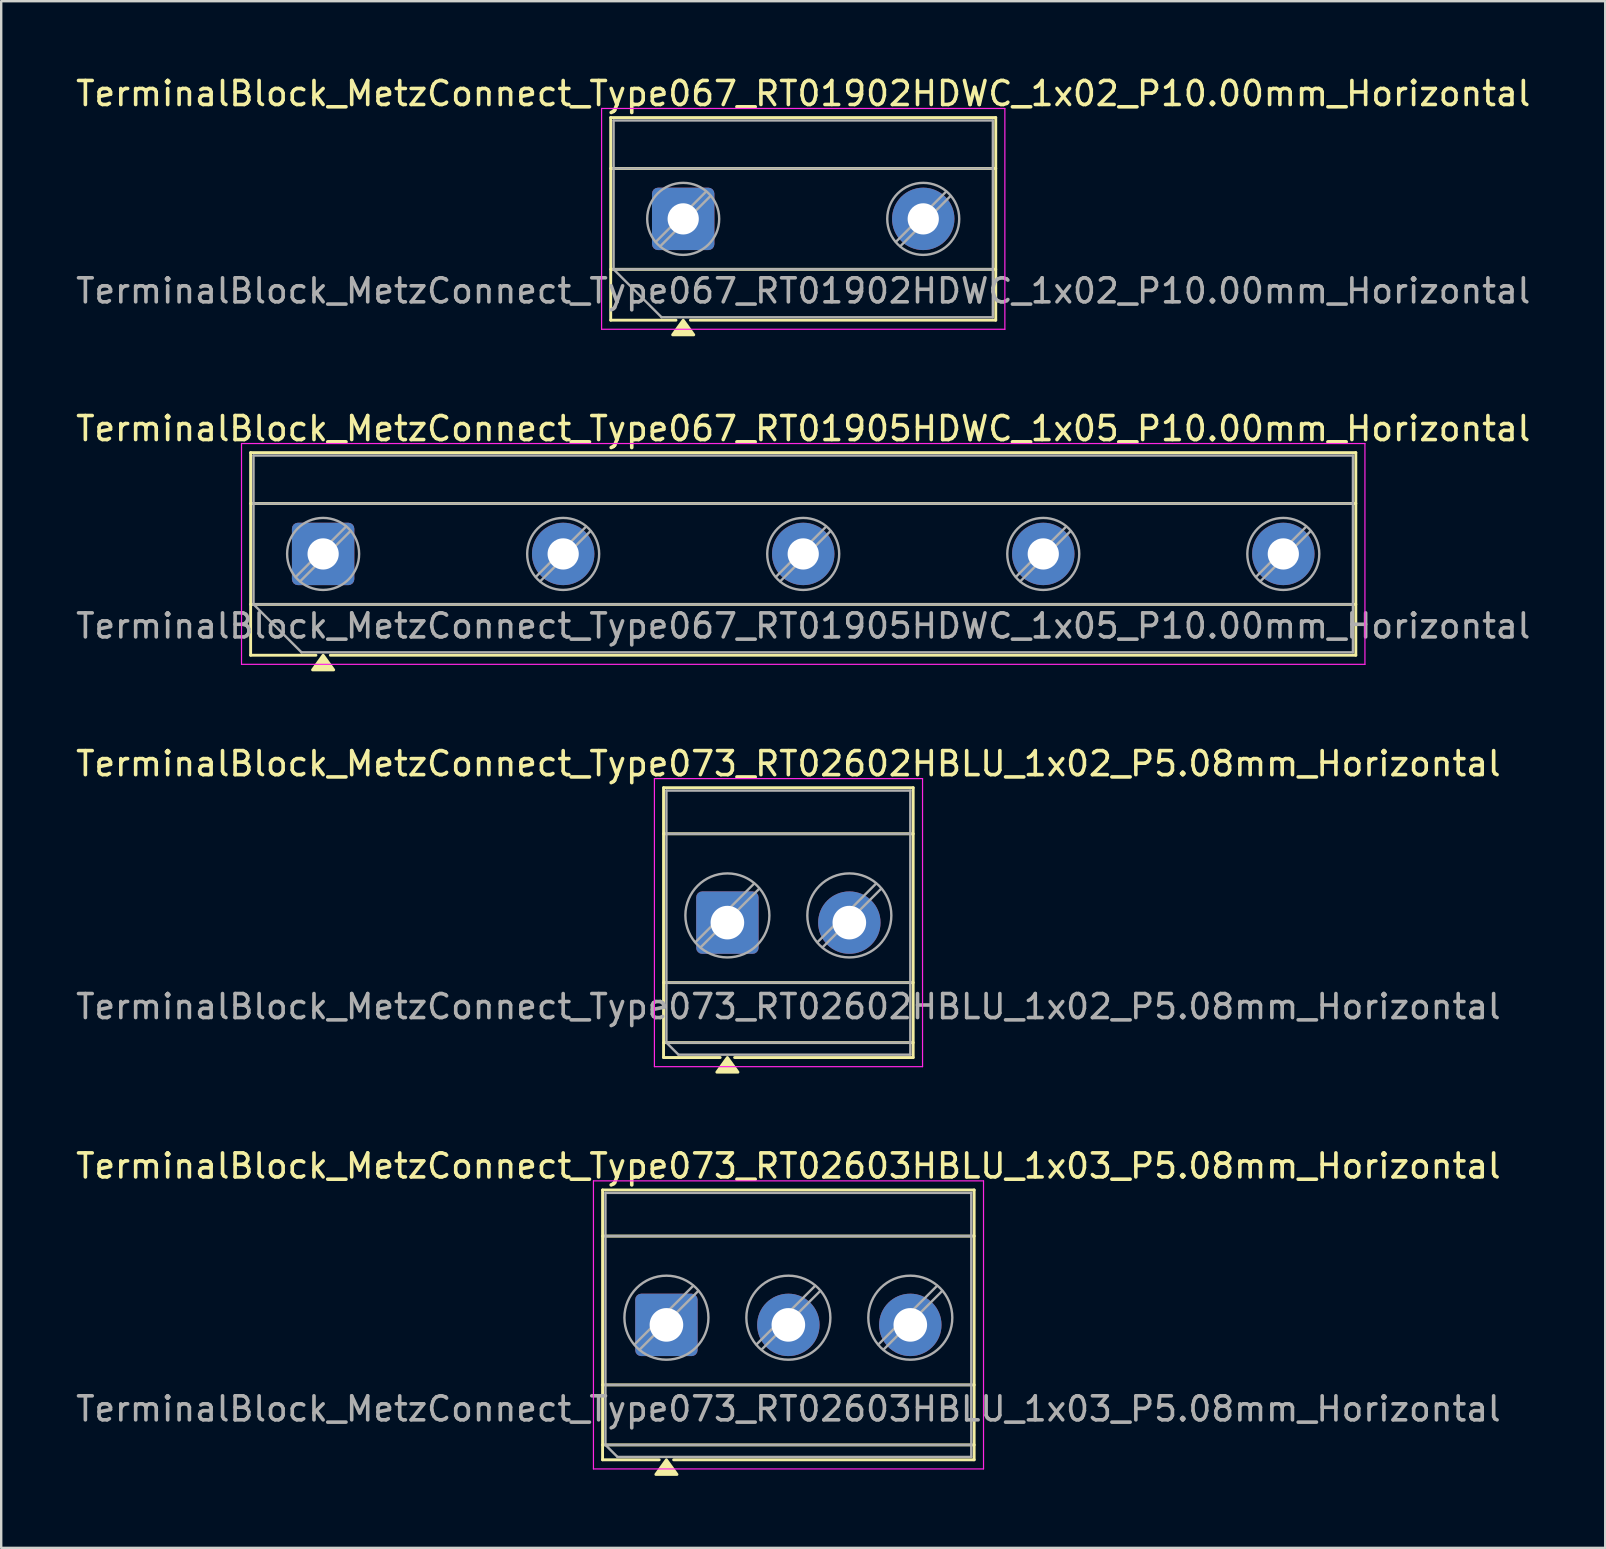
<source format=kicad_pcb>
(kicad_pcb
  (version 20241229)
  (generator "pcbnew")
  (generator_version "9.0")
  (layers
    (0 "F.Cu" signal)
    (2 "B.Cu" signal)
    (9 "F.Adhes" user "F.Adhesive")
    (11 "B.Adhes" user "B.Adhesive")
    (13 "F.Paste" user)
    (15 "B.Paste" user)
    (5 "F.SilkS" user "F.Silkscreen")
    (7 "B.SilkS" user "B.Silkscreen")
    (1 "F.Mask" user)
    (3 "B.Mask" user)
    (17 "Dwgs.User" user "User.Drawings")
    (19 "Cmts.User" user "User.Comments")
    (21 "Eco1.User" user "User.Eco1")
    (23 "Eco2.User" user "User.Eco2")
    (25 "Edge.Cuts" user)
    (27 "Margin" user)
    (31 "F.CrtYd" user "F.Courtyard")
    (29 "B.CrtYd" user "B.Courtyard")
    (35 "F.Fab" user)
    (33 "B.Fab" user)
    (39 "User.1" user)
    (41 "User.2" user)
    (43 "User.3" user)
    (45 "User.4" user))
  (footprint "TerminalBlock_MetzConnect_Type073_RT02602HBLU_1x02_P5.08mm_Horizontal"
    (layer "F.Cu")
    (at 27.252 35.385)
    (property "Reference" "TerminalBlock_MetzConnect_Type073_RT02602HBLU_1x02_P5.08mm_Horizontal" (at 2.54 -6.62 0) (layer "F.SilkS") (effects (font (size 1 1) (thickness 0.15))))
    (attr through_hole)
    (fp_line (start -2.66 -5.62) (end 7.74 -5.62) (stroke (width 0.12) (type solid)) (layer "F.SilkS"))
    (fp_line (start -2.66 -3.7) (end 7.74 -3.7) (stroke (width 0.12) (type solid)) (layer "F.SilkS"))
    (fp_line (start -2.66 2.5) (end 7.74 2.5) (stroke (width 0.12) (type solid)) (layer "F.SilkS"))
    (fp_line (start -2.66 5) (end 7.74 5) (stroke (width 0.12) (type solid)) (layer "F.SilkS"))
    (fp_line (start -2.66 5.62) (end -2.66 -5.62) (stroke (width 0.12) (type solid)) (layer "F.SilkS"))
    (fp_line (start -0.3 5.62) (end -2.66 5.62) (stroke (width 0.12) (type solid)) (layer "F.SilkS"))
    (fp_line (start 7.74 -5.62) (end 7.74 5.62) (stroke (width 0.12) (type solid)) (layer "F.SilkS"))
    (fp_line (start 7.74 5.62) (end 0.3 5.62) (stroke (width 0.12) (type solid)) (layer "F.SilkS"))
    (fp_poly (pts (xy 0 5.62) (xy 0.44 6.23) (xy -0.44 6.23)) (stroke (width 0.12) (type solid)) (fill yes) (layer "F.SilkS"))
    (fp_line (start -3.04 -6) (end -3.04 6) (stroke (width 0.05) (type solid)) (layer "F.CrtYd"))
    (fp_line (start -3.04 6) (end 8.13 6) (stroke (width 0.05) (type solid)) (layer "F.CrtYd"))
    (fp_line (start 8.13 -6) (end -3.04 -6) (stroke (width 0.05) (type solid)) (layer "F.CrtYd"))
    (fp_line (start 8.13 6) (end 8.13 -6) (stroke (width 0.05) (type solid)) (layer "F.CrtYd"))
    (fp_line (start -2.54 -5.5) (end 7.62 -5.5) (stroke (width 0.1) (type solid)) (layer "F.Fab"))
    (fp_line (start -2.54 -3.7) (end 7.62 -3.7) (stroke (width 0.1) (type solid)) (layer "F.Fab"))
    (fp_line (start -2.54 2.5) (end 7.62 2.5) (stroke (width 0.1) (type solid)) (layer "F.Fab"))
    (fp_line (start -2.54 5) (end -2.54 -5.5) (stroke (width 0.1) (type solid)) (layer "F.Fab"))
    (fp_line (start -2.54 5) (end 7.62 5) (stroke (width 0.1) (type solid)) (layer "F.Fab"))
    (fp_line (start -2.04 5.5) (end -2.54 5) (stroke (width 0.1) (type solid)) (layer "F.Fab"))
    (fp_line (start 1.114 -1.627) (end -1.327 0.814) (stroke (width 0.1) (type solid)) (layer "F.Fab"))
    (fp_line (start 1.327 -1.414) (end -1.114 1.027) (stroke (width 0.1) (type solid)) (layer "F.Fab"))
    (fp_line (start 6.194 -1.627) (end 3.753 0.814) (stroke (width 0.1) (type solid)) (layer "F.Fab"))
    (fp_line (start 6.407 -1.414) (end 3.966 1.027) (stroke (width 0.1) (type solid)) (layer "F.Fab"))
    (fp_line (start 7.62 -5.5) (end 7.62 5.5) (stroke (width 0.1) (type solid)) (layer "F.Fab"))
    (fp_line (start 7.62 5.5) (end -2.04 5.5) (stroke (width 0.1) (type solid)) (layer "F.Fab"))
    (fp_circle (center 0 -0.3) (end 1.75 -0.3) (stroke (width 0.1) (type solid)) (fill no) (layer "F.Fab"))
    (fp_circle (center 5.08 -0.3) (end 6.83 -0.3) (stroke (width 0.1) (type solid)) (fill no) (layer "F.Fab"))
    (fp_text user "${REFERENCE}" (at 2.54 3.5 0) (layer "F.Fab") (effects (font (size 1 1) (thickness 0.15))))
    (pad "1" thru_hole roundrect (at 0 0) (size 2.6 2.6) (drill 1.4) (layers "*.Cu" "*.Mask") (roundrect_rratio 0.096))
    (pad "2" thru_hole circle (at 5.08 0) (size 2.6 2.6) (drill 1.4) (layers "*.Cu" "*.Mask")))
  (footprint "TerminalBlock_MetzConnect_Type073_RT02603HBLU_1x03_P5.08mm_Horizontal"
    (layer "F.Cu")
    (at 24.712 52.143)
    (property "Reference" "TerminalBlock_MetzConnect_Type073_RT02603HBLU_1x03_P5.08mm_Horizontal" (at 5.08 -6.62 0) (layer "F.SilkS") (effects (font (size 1 1) (thickness 0.15))))
    (attr through_hole)
    (fp_line (start -2.66 -5.62) (end 12.82 -5.62) (stroke (width 0.12) (type solid)) (layer "F.SilkS"))
    (fp_line (start -2.66 -3.7) (end 12.82 -3.7) (stroke (width 0.12) (type solid)) (layer "F.SilkS"))
    (fp_line (start -2.66 2.5) (end 12.82 2.5) (stroke (width 0.12) (type solid)) (layer "F.SilkS"))
    (fp_line (start -2.66 5) (end 12.82 5) (stroke (width 0.12) (type solid)) (layer "F.SilkS"))
    (fp_line (start -2.66 5.62) (end -2.66 -5.62) (stroke (width 0.12) (type solid)) (layer "F.SilkS"))
    (fp_line (start -0.3 5.62) (end -2.66 5.62) (stroke (width 0.12) (type solid)) (layer "F.SilkS"))
    (fp_line (start 12.82 -5.62) (end 12.82 5.62) (stroke (width 0.12) (type solid)) (layer "F.SilkS"))
    (fp_line (start 12.82 5.62) (end 0.3 5.62) (stroke (width 0.12) (type solid)) (layer "F.SilkS"))
    (fp_poly (pts (xy 0 5.62) (xy 0.44 6.23) (xy -0.44 6.23)) (stroke (width 0.12) (type solid)) (fill yes) (layer "F.SilkS"))
    (fp_line (start -3.04 -6) (end -3.04 6) (stroke (width 0.05) (type solid)) (layer "F.CrtYd"))
    (fp_line (start -3.04 6) (end 13.21 6) (stroke (width 0.05) (type solid)) (layer "F.CrtYd"))
    (fp_line (start 13.21 -6) (end -3.04 -6) (stroke (width 0.05) (type solid)) (layer "F.CrtYd"))
    (fp_line (start 13.21 6) (end 13.21 -6) (stroke (width 0.05) (type solid)) (layer "F.CrtYd"))
    (fp_line (start -2.54 -5.5) (end 12.7 -5.5) (stroke (width 0.1) (type solid)) (layer "F.Fab"))
    (fp_line (start -2.54 -3.7) (end 12.7 -3.7) (stroke (width 0.1) (type solid)) (layer "F.Fab"))
    (fp_line (start -2.54 2.5) (end 12.7 2.5) (stroke (width 0.1) (type solid)) (layer "F.Fab"))
    (fp_line (start -2.54 5) (end -2.54 -5.5) (stroke (width 0.1) (type solid)) (layer "F.Fab"))
    (fp_line (start -2.54 5) (end 12.7 5) (stroke (width 0.1) (type solid)) (layer "F.Fab"))
    (fp_line (start -2.04 5.5) (end -2.54 5) (stroke (width 0.1) (type solid)) (layer "F.Fab"))
    (fp_line (start 1.114 -1.627) (end -1.327 0.814) (stroke (width 0.1) (type solid)) (layer "F.Fab"))
    (fp_line (start 1.327 -1.414) (end -1.114 1.027) (stroke (width 0.1) (type solid)) (layer "F.Fab"))
    (fp_line (start 6.194 -1.627) (end 3.753 0.814) (stroke (width 0.1) (type solid)) (layer "F.Fab"))
    (fp_line (start 6.407 -1.414) (end 3.966 1.027) (stroke (width 0.1) (type solid)) (layer "F.Fab"))
    (fp_line (start 11.274 -1.627) (end 8.833 0.814) (stroke (width 0.1) (type solid)) (layer "F.Fab"))
    (fp_line (start 11.487 -1.414) (end 9.046 1.027) (stroke (width 0.1) (type solid)) (layer "F.Fab"))
    (fp_line (start 12.7 -5.5) (end 12.7 5.5) (stroke (width 0.1) (type solid)) (layer "F.Fab"))
    (fp_line (start 12.7 5.5) (end -2.04 5.5) (stroke (width 0.1) (type solid)) (layer "F.Fab"))
    (fp_circle (center 0 -0.3) (end 1.75 -0.3) (stroke (width 0.1) (type solid)) (fill no) (layer "F.Fab"))
    (fp_circle (center 5.08 -0.3) (end 6.83 -0.3) (stroke (width 0.1) (type solid)) (fill no) (layer "F.Fab"))
    (fp_circle (center 10.16 -0.3) (end 11.91 -0.3) (stroke (width 0.1) (type solid)) (fill no) (layer "F.Fab"))
    (fp_text user "${REFERENCE}" (at 5.08 3.5 0) (layer "F.Fab") (effects (font (size 1 1) (thickness 0.15))))
    (pad "1" thru_hole roundrect (at 0 0) (size 2.6 2.6) (drill 1.4) (layers "*.Cu" "*.Mask") (roundrect_rratio 0.096))
    (pad "2" thru_hole circle (at 5.08 0) (size 2.6 2.6) (drill 1.4) (layers "*.Cu" "*.Mask"))
    (pad "3" thru_hole circle (at 10.16 0) (size 2.6 2.6) (drill 1.4) (layers "*.Cu" "*.Mask")))
  (footprint "TerminalBlock_MetzConnect_Type067_RT01902HDWC_1x02_P10.00mm_Horizontal"
    (layer "F.Cu")
    (at 25.411 6.068)
    (property "Reference" "TerminalBlock_MetzConnect_Type067_RT01902HDWC_1x02_P10.00mm_Horizontal" (at 5 -5.22 0) (layer "F.SilkS") (effects (font (size 1 1) (thickness 0.15))))
    (attr through_hole)
    (fp_line (start -3.02 -4.22) (end 13.02 -4.22) (stroke (width 0.12) (type solid)) (layer "F.SilkS"))
    (fp_line (start -3.02 -2.1) (end 13.02 -2.1) (stroke (width 0.12) (type solid)) (layer "F.SilkS"))
    (fp_line (start -3.02 2.1) (end 13.02 2.1) (stroke (width 0.12) (type solid)) (layer "F.SilkS"))
    (fp_line (start -3.02 4.22) (end -3.02 -4.22) (stroke (width 0.12) (type solid)) (layer "F.SilkS"))
    (fp_line (start -0.3 4.22) (end -3.02 4.22) (stroke (width 0.12) (type solid)) (layer "F.SilkS"))
    (fp_line (start 13.02 -4.22) (end 13.02 4.22) (stroke (width 0.12) (type solid)) (layer "F.SilkS"))
    (fp_line (start 13.02 4.22) (end 0.3 4.22) (stroke (width 0.12) (type solid)) (layer "F.SilkS"))
    (fp_poly (pts (xy 0 4.22) (xy 0.44 4.83) (xy -0.44 4.83)) (stroke (width 0.12) (type solid)) (fill yes) (layer "F.SilkS"))
    (fp_line (start -3.4 -4.6) (end -3.4 4.6) (stroke (width 0.05) (type solid)) (layer "F.CrtYd"))
    (fp_line (start -3.4 4.6) (end 13.4 4.6) (stroke (width 0.05) (type solid)) (layer "F.CrtYd"))
    (fp_line (start 13.4 -4.6) (end -3.4 -4.6) (stroke (width 0.05) (type solid)) (layer "F.CrtYd"))
    (fp_line (start 13.4 4.6) (end 13.4 -4.6) (stroke (width 0.05) (type solid)) (layer "F.CrtYd"))
    (fp_line (start -2.9 -4.1) (end 12.9 -4.1) (stroke (width 0.1) (type solid)) (layer "F.Fab"))
    (fp_line (start -2.9 -2.1) (end 12.9 -2.1) (stroke (width 0.1) (type solid)) (layer "F.Fab"))
    (fp_line (start -2.9 2.1) (end -2.9 -4.1) (stroke (width 0.1) (type solid)) (layer "F.Fab"))
    (fp_line (start -2.9 2.1) (end 12.9 2.1) (stroke (width 0.1) (type solid)) (layer "F.Fab"))
    (fp_line (start -0.9 4.1) (end -2.9 2.1) (stroke (width 0.1) (type solid)) (layer "F.Fab"))
    (fp_line (start 0.955 -1.138) (end -1.138 0.955) (stroke (width 0.1) (type solid)) (layer "F.Fab"))
    (fp_line (start 1.138 -0.955) (end -0.955 1.138) (stroke (width 0.1) (type solid)) (layer "F.Fab"))
    (fp_line (start 10.955 -1.138) (end 8.862 0.955) (stroke (width 0.1) (type solid)) (layer "F.Fab"))
    (fp_line (start 11.138 -0.955) (end 9.045 1.138) (stroke (width 0.1) (type solid)) (layer "F.Fab"))
    (fp_line (start 12.9 -4.1) (end 12.9 4.1) (stroke (width 0.1) (type solid)) (layer "F.Fab"))
    (fp_line (start 12.9 4.1) (end -0.9 4.1) (stroke (width 0.1) (type solid)) (layer "F.Fab"))
    (fp_circle (center 0 0) (end 1.5 0) (stroke (width 0.1) (type solid)) (fill no) (layer "F.Fab"))
    (fp_circle (center 10 0) (end 11.5 0) (stroke (width 0.1) (type solid)) (fill no) (layer "F.Fab"))
    (fp_text user "${REFERENCE}" (at 5 3 0) (layer "F.Fab") (effects (font (size 1 1) (thickness 0.15))))
    (pad "1" thru_hole roundrect (at 0 0) (size 2.6 2.6) (drill 1.3) (layers "*.Cu" "*.Mask") (roundrect_rratio 0.096))
    (pad "2" thru_hole circle (at 10 0) (size 2.6 2.6) (drill 1.3) (layers "*.Cu" "*.Mask")))
  (footprint "TerminalBlock_MetzConnect_Type067_RT01905HDWC_1x05_P10.00mm_Horizontal"
    (layer "F.Cu")
    (at 10.411 20.026)
    (property "Reference" "TerminalBlock_MetzConnect_Type067_RT01905HDWC_1x05_P10.00mm_Horizontal" (at 20 -5.22 0) (layer "F.SilkS") (effects (font (size 1 1) (thickness 0.15))))
    (attr through_hole)
    (fp_line (start -3.02 -4.22) (end 43.02 -4.22) (stroke (width 0.12) (type solid)) (layer "F.SilkS"))
    (fp_line (start -3.02 -2.1) (end 43.02 -2.1) (stroke (width 0.12) (type solid)) (layer "F.SilkS"))
    (fp_line (start -3.02 2.1) (end 43.02 2.1) (stroke (width 0.12) (type solid)) (layer "F.SilkS"))
    (fp_line (start -3.02 4.22) (end -3.02 -4.22) (stroke (width 0.12) (type solid)) (layer "F.SilkS"))
    (fp_line (start -0.3 4.22) (end -3.02 4.22) (stroke (width 0.12) (type solid)) (layer "F.SilkS"))
    (fp_line (start 43.02 -4.22) (end 43.02 4.22) (stroke (width 0.12) (type solid)) (layer "F.SilkS"))
    (fp_line (start 43.02 4.22) (end 0.3 4.22) (stroke (width 0.12) (type solid)) (layer "F.SilkS"))
    (fp_poly (pts (xy 0 4.22) (xy 0.44 4.83) (xy -0.44 4.83)) (stroke (width 0.12) (type solid)) (fill yes) (layer "F.SilkS"))
    (fp_line (start -3.4 -4.6) (end -3.4 4.6) (stroke (width 0.05) (type solid)) (layer "F.CrtYd"))
    (fp_line (start -3.4 4.6) (end 43.4 4.6) (stroke (width 0.05) (type solid)) (layer "F.CrtYd"))
    (fp_line (start 43.4 -4.6) (end -3.4 -4.6) (stroke (width 0.05) (type solid)) (layer "F.CrtYd"))
    (fp_line (start 43.4 4.6) (end 43.4 -4.6) (stroke (width 0.05) (type solid)) (layer "F.CrtYd"))
    (fp_line (start -2.9 -4.1) (end 42.9 -4.1) (stroke (width 0.1) (type solid)) (layer "F.Fab"))
    (fp_line (start -2.9 -2.1) (end 42.9 -2.1) (stroke (width 0.1) (type solid)) (layer "F.Fab"))
    (fp_line (start -2.9 2.1) (end -2.9 -4.1) (stroke (width 0.1) (type solid)) (layer "F.Fab"))
    (fp_line (start -2.9 2.1) (end 42.9 2.1) (stroke (width 0.1) (type solid)) (layer "F.Fab"))
    (fp_line (start -0.9 4.1) (end -2.9 2.1) (stroke (width 0.1) (type solid)) (layer "F.Fab"))
    (fp_line (start 0.955 -1.138) (end -1.138 0.955) (stroke (width 0.1) (type solid)) (layer "F.Fab"))
    (fp_line (start 1.138 -0.955) (end -0.955 1.138) (stroke (width 0.1) (type solid)) (layer "F.Fab"))
    (fp_line (start 10.955 -1.138) (end 8.862 0.955) (stroke (width 0.1) (type solid)) (layer "F.Fab"))
    (fp_line (start 11.138 -0.955) (end 9.045 1.138) (stroke (width 0.1) (type solid)) (layer "F.Fab"))
    (fp_line (start 20.955 -1.138) (end 18.862 0.955) (stroke (width 0.1) (type solid)) (layer "F.Fab"))
    (fp_line (start 21.138 -0.955) (end 19.045 1.138) (stroke (width 0.1) (type solid)) (layer "F.Fab"))
    (fp_line (start 30.955 -1.138) (end 28.862 0.955) (stroke (width 0.1) (type solid)) (layer "F.Fab"))
    (fp_line (start 31.138 -0.955) (end 29.045 1.138) (stroke (width 0.1) (type solid)) (layer "F.Fab"))
    (fp_line (start 40.955 -1.138) (end 38.862 0.955) (stroke (width 0.1) (type solid)) (layer "F.Fab"))
    (fp_line (start 41.138 -0.955) (end 39.045 1.138) (stroke (width 0.1) (type solid)) (layer "F.Fab"))
    (fp_line (start 42.9 -4.1) (end 42.9 4.1) (stroke (width 0.1) (type solid)) (layer "F.Fab"))
    (fp_line (start 42.9 4.1) (end -0.9 4.1) (stroke (width 0.1) (type solid)) (layer "F.Fab"))
    (fp_circle (center 0 0) (end 1.5 0) (stroke (width 0.1) (type solid)) (fill no) (layer "F.Fab"))
    (fp_circle (center 10 0) (end 11.5 0) (stroke (width 0.1) (type solid)) (fill no) (layer "F.Fab"))
    (fp_circle (center 20 0) (end 21.5 0) (stroke (width 0.1) (type solid)) (fill no) (layer "F.Fab"))
    (fp_circle (center 30 0) (end 31.5 0) (stroke (width 0.1) (type solid)) (fill no) (layer "F.Fab"))
    (fp_circle (center 40 0) (end 41.5 0) (stroke (width 0.1) (type solid)) (fill no) (layer "F.Fab"))
    (fp_text user "${REFERENCE}" (at 20 3 0) (layer "F.Fab") (effects (font (size 1 1) (thickness 0.15))))
    (pad "1" thru_hole roundrect (at 0 0) (size 2.6 2.6) (drill 1.3) (layers "*.Cu" "*.Mask") (roundrect_rratio 0.096))
    (pad "2" thru_hole circle (at 10 0) (size 2.6 2.6) (drill 1.3) (layers "*.Cu" "*.Mask"))
    (pad "3" thru_hole circle (at 20 0) (size 2.6 2.6) (drill 1.3) (layers "*.Cu" "*.Mask"))
    (pad "4" thru_hole circle (at 30 0) (size 2.6 2.6) (drill 1.3) (layers "*.Cu" "*.Mask"))
    (pad "5" thru_hole circle (at 40 0) (size 2.6 2.6) (drill 1.3) (layers "*.Cu" "*.Mask")))
  (gr_rect
    (start -3 -3)
    (end 63.821 61.433)
    (stroke (width 0.1) (type default))
    (fill no)
    (layer "Edge.Cuts")))
</source>
